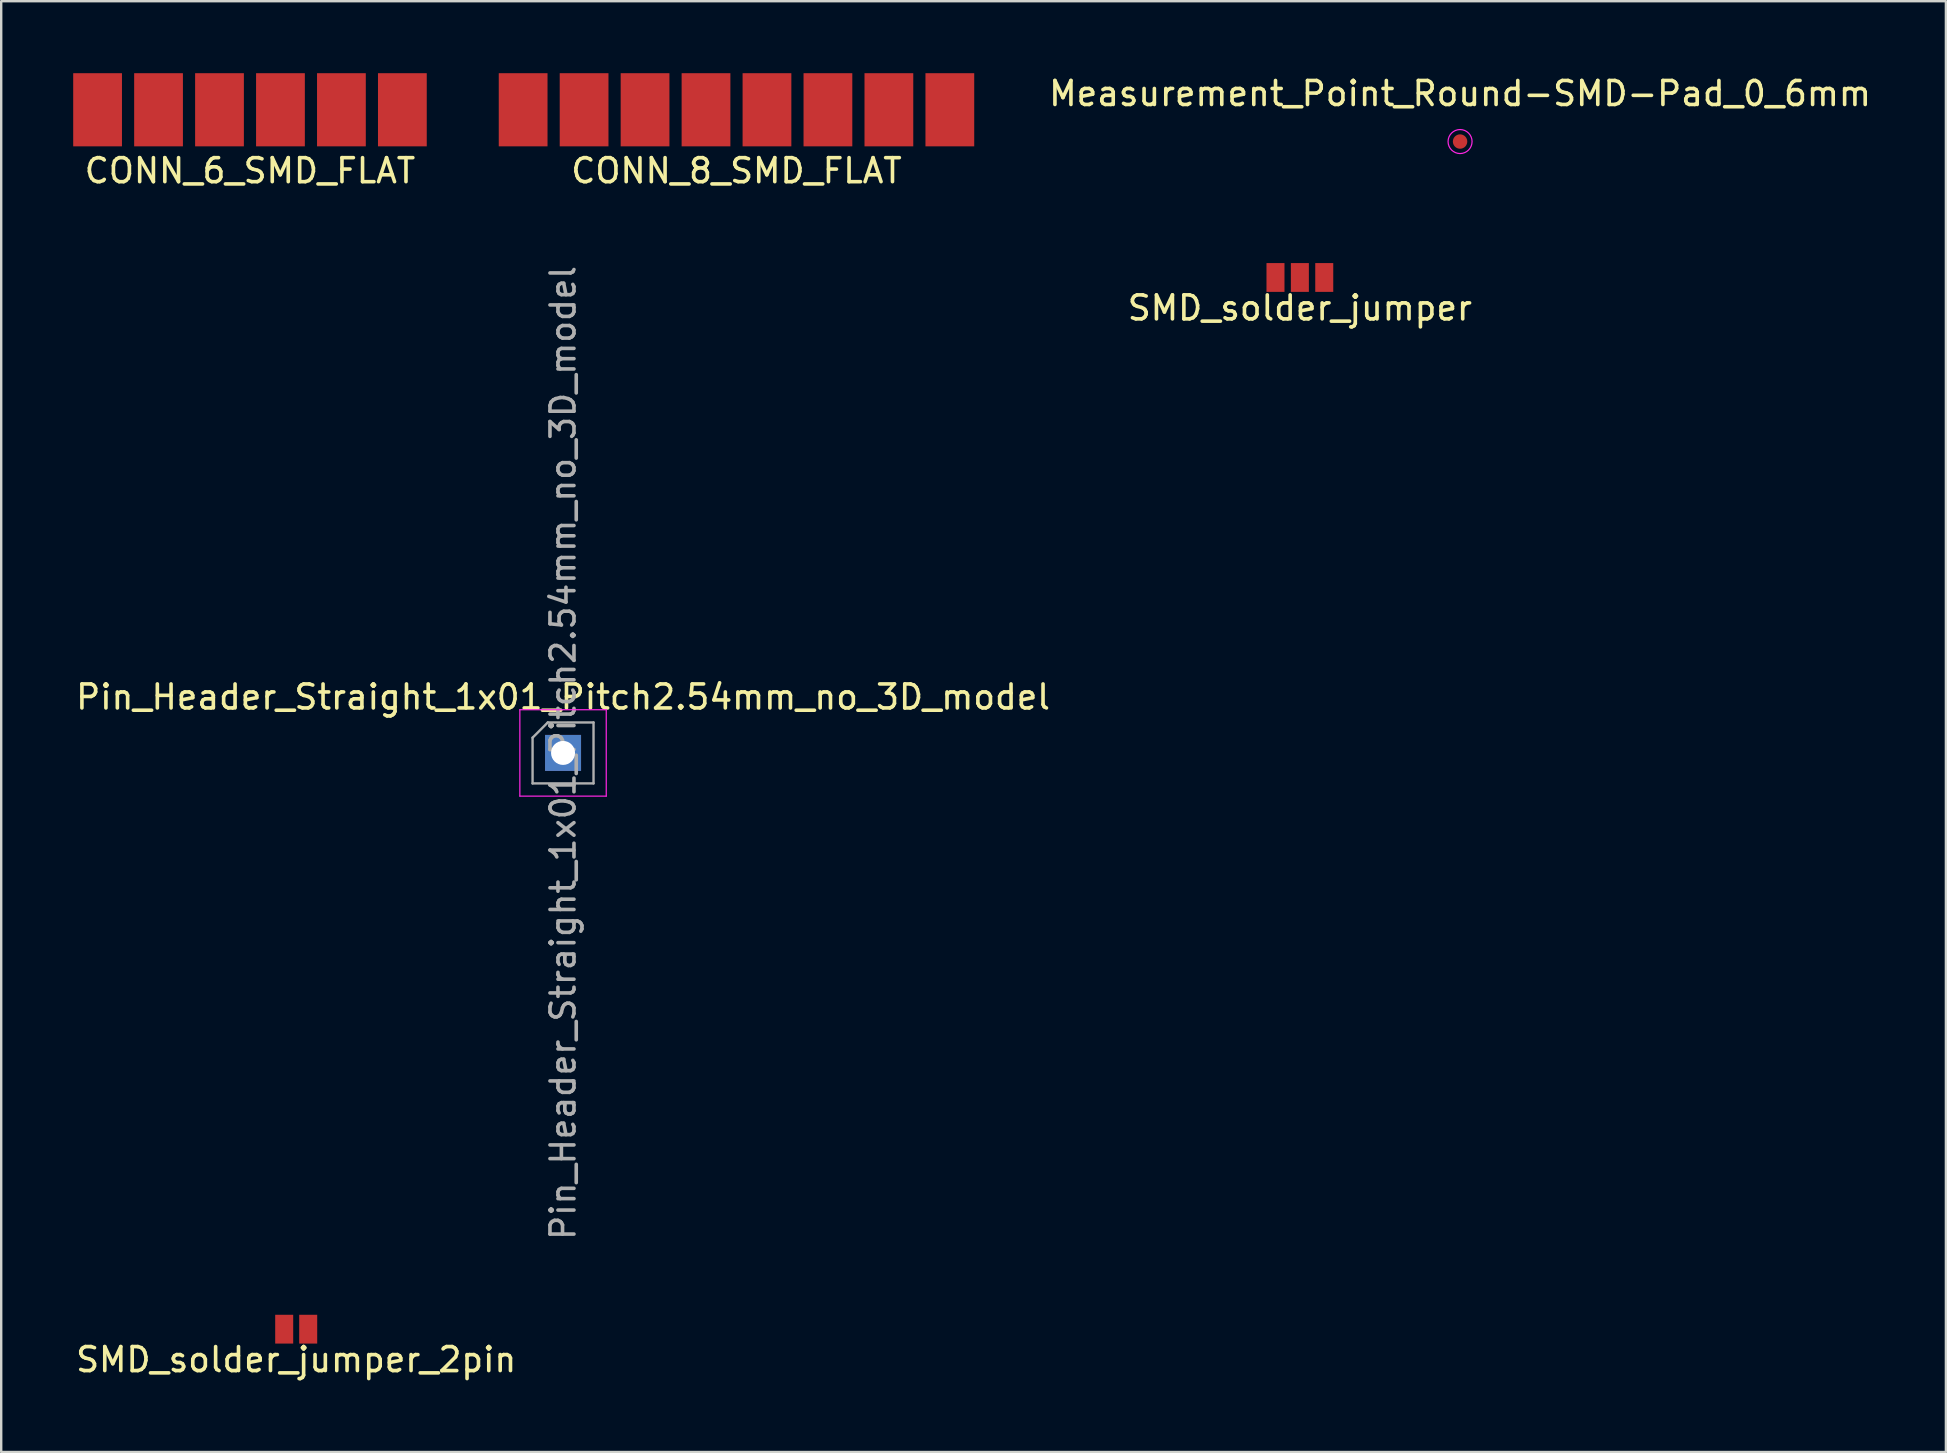
<source format=kicad_pcb>
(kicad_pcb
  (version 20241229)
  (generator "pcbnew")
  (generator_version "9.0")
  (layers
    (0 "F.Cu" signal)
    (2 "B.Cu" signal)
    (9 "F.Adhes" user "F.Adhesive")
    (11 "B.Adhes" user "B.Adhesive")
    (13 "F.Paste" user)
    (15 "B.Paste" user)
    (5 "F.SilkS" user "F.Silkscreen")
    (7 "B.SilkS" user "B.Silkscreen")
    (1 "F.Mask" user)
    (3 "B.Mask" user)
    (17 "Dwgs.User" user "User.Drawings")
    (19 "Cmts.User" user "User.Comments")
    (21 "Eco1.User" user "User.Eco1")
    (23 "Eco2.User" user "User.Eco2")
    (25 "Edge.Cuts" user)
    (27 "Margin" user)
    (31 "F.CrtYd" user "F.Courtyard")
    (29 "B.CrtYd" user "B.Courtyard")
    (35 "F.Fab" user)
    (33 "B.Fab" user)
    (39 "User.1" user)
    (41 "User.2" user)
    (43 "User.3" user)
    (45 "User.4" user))
  (footprint "CONN_8_SMD_FLAT"
    (layer "F.Cu")
    (at 27.638 1.524)
    (property "Reference" "CONN_8_SMD_FLAT" (at 0 2.54 0) (layer "F.SilkS") (effects (font (size 1 1) (thickness 0.15))))
    (attr through_hole)
    (pad "1" smd rect (at 8.89 0) (size 2.032 3.048) (layers "F.Cu" "F.Mask"))
    (pad "2" smd rect (at 6.35 0) (size 2.032 3.048) (layers "F.Cu" "F.Mask"))
    (pad "3" smd rect (at 3.81 0) (size 2.032 3.048) (layers "F.Cu" "F.Mask"))
    (pad "4" smd rect (at 1.27 0) (size 2.032 3.048) (layers "F.Cu" "F.Mask"))
    (pad "5" smd rect (at -1.27 0) (size 2.032 3.048) (layers "F.Cu" "F.Mask"))
    (pad "6" smd rect (at -3.81 0) (size 2.032 3.048) (layers "F.Cu" "F.Mask"))
    (pad "7" smd rect (at -6.35 0) (size 2.032 3.048) (layers "F.Cu" "F.Mask"))
    (pad "8" smd rect (at -8.89 0) (size 2.032 3.048) (layers "F.Cu" "F.Mask")))
  (footprint "SMD_solder_jumper"
    (layer "F.Cu")
    (at 51.113 8.512)
    (property "Reference" "SMD_solder_jumper" (at 0 1.27 0) (layer "F.SilkS") (effects (font (size 1 1) (thickness 0.15))))
    (attr through_hole)
    (pad "1" smd rect (at -1.016 0) (size 0.75 1.2) (layers "F.Cu" "F.Mask" "F.Paste"))
    (pad "2" smd rect (at 0 0) (size 0.75 1.2) (layers "F.Cu" "F.Mask" "F.Paste"))
    (pad "3" smd rect (at 1.016 0) (size 0.75 1.2) (layers "F.Cu" "F.Mask" "F.Paste")))
  (footprint "Pin_Header_Straight_1x01_Pitch2.54mm_no_3D_model"
    (layer "F.Cu")
    (at 20.411 28.323)
    (property "Reference" "Pin_Header_Straight_1x01_Pitch2.54mm_no_3D_model" (at 0 -2.33 0) (layer "F.SilkS") (effects (font (size 1 1) (thickness 0.15))))
    (attr through_hole)
    (fp_line (start -1.8 -1.8) (end -1.8 1.8) (stroke (width 0.05) (type solid)) (layer "F.CrtYd"))
    (fp_line (start -1.8 1.8) (end 1.8 1.8) (stroke (width 0.05) (type solid)) (layer "F.CrtYd"))
    (fp_line (start 1.8 -1.8) (end -1.8 -1.8) (stroke (width 0.05) (type solid)) (layer "F.CrtYd"))
    (fp_line (start 1.8 1.8) (end 1.8 -1.8) (stroke (width 0.05) (type solid)) (layer "F.CrtYd"))
    (fp_line (start -1.27 -0.635) (end -0.635 -1.27) (stroke (width 0.1) (type solid)) (layer "F.Fab"))
    (fp_line (start -1.27 1.27) (end -1.27 -0.635) (stroke (width 0.1) (type solid)) (layer "F.Fab"))
    (fp_line (start -0.635 -1.27) (end 1.27 -1.27) (stroke (width 0.1) (type solid)) (layer "F.Fab"))
    (fp_line (start 1.27 -1.27) (end 1.27 1.27) (stroke (width 0.1) (type solid)) (layer "F.Fab"))
    (fp_line (start 1.27 1.27) (end -1.27 1.27) (stroke (width 0.1) (type solid)) (layer "F.Fab"))
    (fp_text user "${REFERENCE}" (at 0 0 90) (layer "F.Fab") (effects (font (size 1 1) (thickness 0.15))))
    (pad "1" thru_hole rect (at 0 0) (size 1.5 1.5) (drill 1) (layers "*.Cu" "*.Mask")))
  (footprint "CONN_6_SMD_FLAT"
    (layer "F.Cu")
    (at 7.366 1.524)
    (property "Reference" "CONN_6_SMD_FLAT" (at 0 2.54 0) (layer "F.SilkS") (effects (font (size 1 1) (thickness 0.15))))
    (attr through_hole)
    (pad "1" smd rect (at 6.35 0) (size 2.032 3.048) (layers "F.Cu" "F.Mask"))
    (pad "2" smd rect (at 3.81 0) (size 2.032 3.048) (layers "F.Cu" "F.Mask"))
    (pad "3" smd rect (at 1.27 0) (size 2.032 3.048) (layers "F.Cu" "F.Mask"))
    (pad "4" smd rect (at -1.27 0) (size 2.032 3.048) (layers "F.Cu" "F.Mask"))
    (pad "5" smd rect (at -3.81 0) (size 2.032 3.048) (layers "F.Cu" "F.Mask"))
    (pad "6" smd rect (at -6.35 0) (size 2.032 3.048) (layers "F.Cu" "F.Mask")))
  (footprint "SMD_solder_jumper_2pin"
    (layer "F.Cu")
    (at 9.292 52.334)
    (property "Reference" "SMD_solder_jumper_2pin" (at 0 1.27 0) (layer "F.SilkS") (effects (font (size 1 1) (thickness 0.15))))
    (attr through_hole)
    (pad "1" smd rect (at -0.5 0 180) (size 0.75 1.2) (layers "F.Cu" "F.Mask"))
    (pad "2" smd rect (at 0.5 0) (size 0.75 1.2) (layers "F.Cu" "F.Mask")))
  (footprint "Measurement_Point_Round-SMD-Pad_0_6mm"
    (layer "F.Cu")
    (at 57.788 2.848)
    (property "Reference" "Measurement_Point_Round-SMD-Pad_0_6mm" (at 0 -2 0) (layer "F.SilkS") (effects (font (size 1 1) (thickness 0.15))))
    (attr exclude_from_pos_files exclude_from_bom)
    (fp_circle (center 0 0) (end 0.5 0) (stroke (width 0.05) (type solid)) (fill no) (layer "F.CrtYd"))
    (pad "1" smd circle (at 0 0) (size 0.6 0.6) (layers "F.Cu" "F.Mask")))
  (gr_rect
    (start -3 -3)
    (end 78.032 57.452)
    (stroke (width 0.1) (type default))
    (fill no)
    (layer "Edge.Cuts")))
</source>
